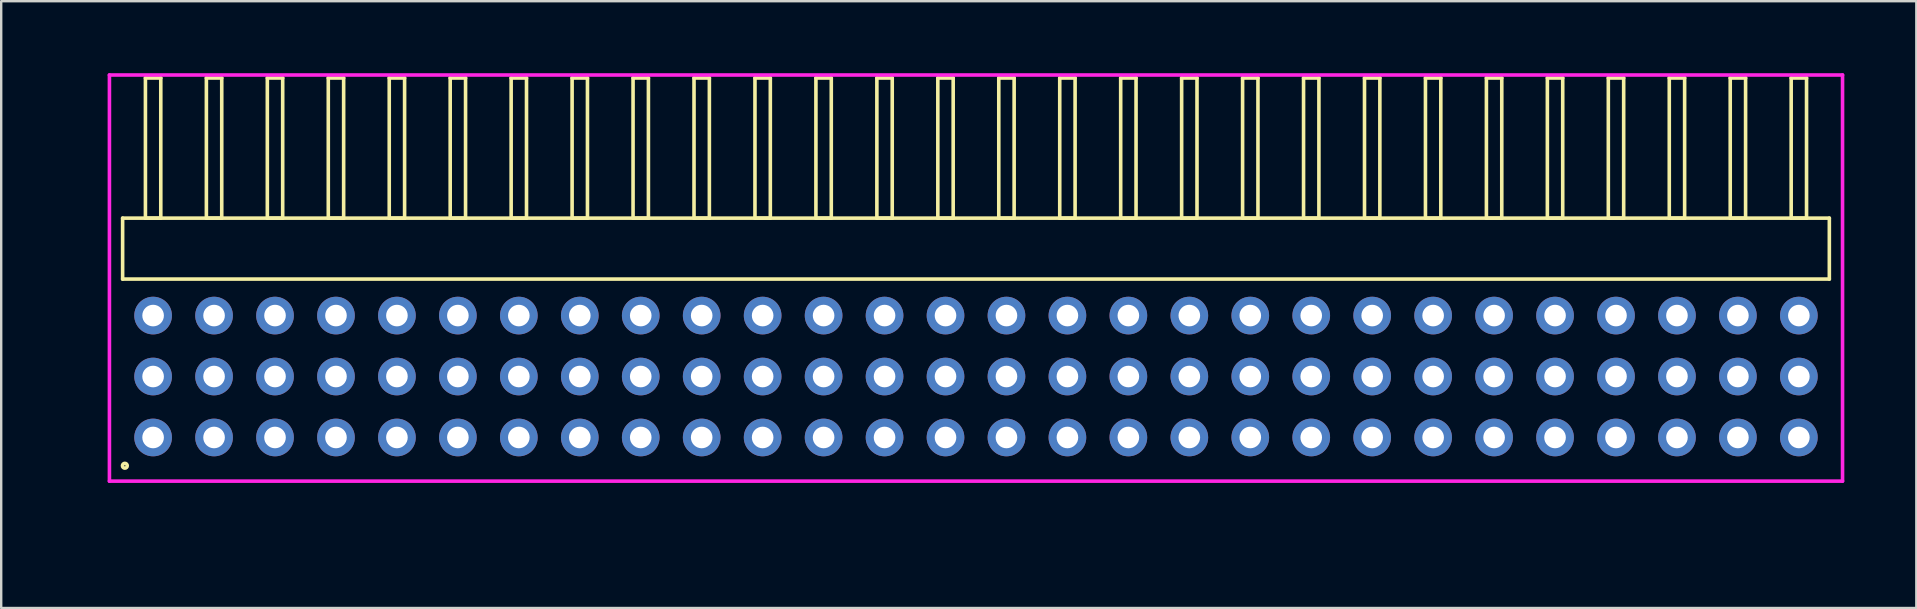
<source format=kicad_pcb>
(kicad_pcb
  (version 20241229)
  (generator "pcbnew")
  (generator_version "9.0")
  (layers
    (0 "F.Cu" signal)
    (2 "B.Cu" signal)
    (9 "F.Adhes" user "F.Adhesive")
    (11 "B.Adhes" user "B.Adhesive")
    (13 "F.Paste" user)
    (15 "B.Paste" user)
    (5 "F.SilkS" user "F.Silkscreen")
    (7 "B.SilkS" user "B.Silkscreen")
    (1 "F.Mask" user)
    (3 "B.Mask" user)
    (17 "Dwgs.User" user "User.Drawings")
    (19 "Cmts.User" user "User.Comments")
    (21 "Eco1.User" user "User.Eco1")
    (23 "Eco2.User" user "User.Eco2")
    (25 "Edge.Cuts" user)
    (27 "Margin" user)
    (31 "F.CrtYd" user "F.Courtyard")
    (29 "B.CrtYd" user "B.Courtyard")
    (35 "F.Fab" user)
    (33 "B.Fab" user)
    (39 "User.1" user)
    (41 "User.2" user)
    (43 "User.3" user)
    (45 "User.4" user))
  (footprint "HDR_RA254P28x3"
    (layer "F.Cu")
    (at 37.62 12.64)
    (property "Reference" "HDR_RA254P28x3" (at -36.86 0 90) (layer "User.1") (effects (font (size 1 1) (thickness 0.1))))
    (attr through_hole)
    (fp_line (start -35.56 -6.6) (end -35.56 -4.06) (stroke (width 0.15) (type solid)) (layer "F.SilkS"))
    (fp_line (start -35.56 -4.06) (end 35.56 -4.06) (stroke (width 0.15) (type solid)) (layer "F.SilkS"))
    (fp_line (start -34.61 -12.44) (end -34.61 -6.6) (stroke (width 0.15) (type solid)) (layer "F.SilkS"))
    (fp_line (start -34.61 -6.6) (end -33.97 -6.6) (stroke (width 0.15) (type solid)) (layer "F.SilkS"))
    (fp_line (start -33.97 -12.44) (end -34.61 -12.44) (stroke (width 0.15) (type solid)) (layer "F.SilkS"))
    (fp_line (start -33.97 -6.6) (end -33.97 -12.44) (stroke (width 0.15) (type solid)) (layer "F.SilkS"))
    (fp_line (start -32.07 -12.44) (end -32.07 -6.6) (stroke (width 0.15) (type solid)) (layer "F.SilkS"))
    (fp_line (start -32.07 -6.6) (end -31.43 -6.6) (stroke (width 0.15) (type solid)) (layer "F.SilkS"))
    (fp_line (start -31.43 -12.44) (end -32.07 -12.44) (stroke (width 0.15) (type solid)) (layer "F.SilkS"))
    (fp_line (start -31.43 -6.6) (end -31.43 -12.44) (stroke (width 0.15) (type solid)) (layer "F.SilkS"))
    (fp_line (start -29.53 -12.44) (end -29.53 -6.6) (stroke (width 0.15) (type solid)) (layer "F.SilkS"))
    (fp_line (start -29.53 -6.6) (end -28.89 -6.6) (stroke (width 0.15) (type solid)) (layer "F.SilkS"))
    (fp_line (start -28.89 -12.44) (end -29.53 -12.44) (stroke (width 0.15) (type solid)) (layer "F.SilkS"))
    (fp_line (start -28.89 -6.6) (end -28.89 -12.44) (stroke (width 0.15) (type solid)) (layer "F.SilkS"))
    (fp_line (start -26.99 -12.44) (end -26.99 -6.6) (stroke (width 0.15) (type solid)) (layer "F.SilkS"))
    (fp_line (start -26.99 -6.6) (end -26.35 -6.6) (stroke (width 0.15) (type solid)) (layer "F.SilkS"))
    (fp_line (start -26.35 -12.44) (end -26.99 -12.44) (stroke (width 0.15) (type solid)) (layer "F.SilkS"))
    (fp_line (start -26.35 -6.6) (end -26.35 -12.44) (stroke (width 0.15) (type solid)) (layer "F.SilkS"))
    (fp_line (start -24.45 -12.44) (end -24.45 -6.6) (stroke (width 0.15) (type solid)) (layer "F.SilkS"))
    (fp_line (start -24.45 -6.6) (end -23.81 -6.6) (stroke (width 0.15) (type solid)) (layer "F.SilkS"))
    (fp_line (start -23.81 -12.44) (end -24.45 -12.44) (stroke (width 0.15) (type solid)) (layer "F.SilkS"))
    (fp_line (start -23.81 -6.6) (end -23.81 -12.44) (stroke (width 0.15) (type solid)) (layer "F.SilkS"))
    (fp_line (start -21.91 -12.44) (end -21.91 -6.6) (stroke (width 0.15) (type solid)) (layer "F.SilkS"))
    (fp_line (start -21.91 -6.6) (end -21.27 -6.6) (stroke (width 0.15) (type solid)) (layer "F.SilkS"))
    (fp_line (start -21.27 -12.44) (end -21.91 -12.44) (stroke (width 0.15) (type solid)) (layer "F.SilkS"))
    (fp_line (start -21.27 -6.6) (end -21.27 -12.44) (stroke (width 0.15) (type solid)) (layer "F.SilkS"))
    (fp_line (start -19.37 -12.44) (end -19.37 -6.6) (stroke (width 0.15) (type solid)) (layer "F.SilkS"))
    (fp_line (start -19.37 -6.6) (end -18.73 -6.6) (stroke (width 0.15) (type solid)) (layer "F.SilkS"))
    (fp_line (start -18.73 -12.44) (end -19.37 -12.44) (stroke (width 0.15) (type solid)) (layer "F.SilkS"))
    (fp_line (start -18.73 -6.6) (end -18.73 -12.44) (stroke (width 0.15) (type solid)) (layer "F.SilkS"))
    (fp_line (start -16.83 -12.44) (end -16.83 -6.6) (stroke (width 0.15) (type solid)) (layer "F.SilkS"))
    (fp_line (start -16.83 -6.6) (end -16.19 -6.6) (stroke (width 0.15) (type solid)) (layer "F.SilkS"))
    (fp_line (start -16.19 -12.44) (end -16.83 -12.44) (stroke (width 0.15) (type solid)) (layer "F.SilkS"))
    (fp_line (start -16.19 -6.6) (end -16.19 -12.44) (stroke (width 0.15) (type solid)) (layer "F.SilkS"))
    (fp_line (start -14.29 -12.44) (end -14.29 -6.6) (stroke (width 0.15) (type solid)) (layer "F.SilkS"))
    (fp_line (start -14.29 -6.6) (end -13.65 -6.6) (stroke (width 0.15) (type solid)) (layer "F.SilkS"))
    (fp_line (start -13.65 -12.44) (end -14.29 -12.44) (stroke (width 0.15) (type solid)) (layer "F.SilkS"))
    (fp_line (start -13.65 -6.6) (end -13.65 -12.44) (stroke (width 0.15) (type solid)) (layer "F.SilkS"))
    (fp_line (start -11.75 -12.44) (end -11.75 -6.6) (stroke (width 0.15) (type solid)) (layer "F.SilkS"))
    (fp_line (start -11.75 -6.6) (end -11.11 -6.6) (stroke (width 0.15) (type solid)) (layer "F.SilkS"))
    (fp_line (start -11.11 -12.44) (end -11.75 -12.44) (stroke (width 0.15) (type solid)) (layer "F.SilkS"))
    (fp_line (start -11.11 -6.6) (end -11.11 -12.44) (stroke (width 0.15) (type solid)) (layer "F.SilkS"))
    (fp_line (start -9.21 -12.44) (end -9.21 -6.6) (stroke (width 0.15) (type solid)) (layer "F.SilkS"))
    (fp_line (start -9.21 -6.6) (end -8.57 -6.6) (stroke (width 0.15) (type solid)) (layer "F.SilkS"))
    (fp_line (start -8.57 -12.44) (end -9.21 -12.44) (stroke (width 0.15) (type solid)) (layer "F.SilkS"))
    (fp_line (start -8.57 -6.6) (end -8.57 -12.44) (stroke (width 0.15) (type solid)) (layer "F.SilkS"))
    (fp_line (start -6.67 -12.44) (end -6.67 -6.6) (stroke (width 0.15) (type solid)) (layer "F.SilkS"))
    (fp_line (start -6.67 -6.6) (end -6.03 -6.6) (stroke (width 0.15) (type solid)) (layer "F.SilkS"))
    (fp_line (start -6.03 -12.44) (end -6.67 -12.44) (stroke (width 0.15) (type solid)) (layer "F.SilkS"))
    (fp_line (start -6.03 -6.6) (end -6.03 -12.44) (stroke (width 0.15) (type solid)) (layer "F.SilkS"))
    (fp_line (start -4.13 -12.44) (end -4.13 -6.6) (stroke (width 0.15) (type solid)) (layer "F.SilkS"))
    (fp_line (start -4.13 -6.6) (end -3.49 -6.6) (stroke (width 0.15) (type solid)) (layer "F.SilkS"))
    (fp_line (start -3.49 -12.44) (end -4.13 -12.44) (stroke (width 0.15) (type solid)) (layer "F.SilkS"))
    (fp_line (start -3.49 -6.6) (end -3.49 -12.44) (stroke (width 0.15) (type solid)) (layer "F.SilkS"))
    (fp_line (start -1.59 -12.44) (end -1.59 -6.6) (stroke (width 0.15) (type solid)) (layer "F.SilkS"))
    (fp_line (start -1.59 -6.6) (end -0.95 -6.6) (stroke (width 0.15) (type solid)) (layer "F.SilkS"))
    (fp_line (start -0.95 -12.44) (end -1.59 -12.44) (stroke (width 0.15) (type solid)) (layer "F.SilkS"))
    (fp_line (start -0.95 -6.6) (end -0.95 -12.44) (stroke (width 0.15) (type solid)) (layer "F.SilkS"))
    (fp_line (start 0.95 -12.44) (end 0.95 -6.6) (stroke (width 0.15) (type solid)) (layer "F.SilkS"))
    (fp_line (start 0.95 -6.6) (end 1.59 -6.6) (stroke (width 0.15) (type solid)) (layer "F.SilkS"))
    (fp_line (start 1.59 -12.44) (end 0.95 -12.44) (stroke (width 0.15) (type solid)) (layer "F.SilkS"))
    (fp_line (start 1.59 -6.6) (end 1.59 -12.44) (stroke (width 0.15) (type solid)) (layer "F.SilkS"))
    (fp_line (start 3.49 -12.44) (end 3.49 -6.6) (stroke (width 0.15) (type solid)) (layer "F.SilkS"))
    (fp_line (start 3.49 -6.6) (end 4.13 -6.6) (stroke (width 0.15) (type solid)) (layer "F.SilkS"))
    (fp_line (start 4.13 -12.44) (end 3.49 -12.44) (stroke (width 0.15) (type solid)) (layer "F.SilkS"))
    (fp_line (start 4.13 -6.6) (end 4.13 -12.44) (stroke (width 0.15) (type solid)) (layer "F.SilkS"))
    (fp_line (start 6.03 -12.44) (end 6.03 -6.6) (stroke (width 0.15) (type solid)) (layer "F.SilkS"))
    (fp_line (start 6.03 -6.6) (end 6.67 -6.6) (stroke (width 0.15) (type solid)) (layer "F.SilkS"))
    (fp_line (start 6.67 -12.44) (end 6.03 -12.44) (stroke (width 0.15) (type solid)) (layer "F.SilkS"))
    (fp_line (start 6.67 -6.6) (end 6.67 -12.44) (stroke (width 0.15) (type solid)) (layer "F.SilkS"))
    (fp_line (start 8.57 -12.44) (end 8.57 -6.6) (stroke (width 0.15) (type solid)) (layer "F.SilkS"))
    (fp_line (start 8.57 -6.6) (end 9.21 -6.6) (stroke (width 0.15) (type solid)) (layer "F.SilkS"))
    (fp_line (start 9.21 -12.44) (end 8.57 -12.44) (stroke (width 0.15) (type solid)) (layer "F.SilkS"))
    (fp_line (start 9.21 -6.6) (end 9.21 -12.44) (stroke (width 0.15) (type solid)) (layer "F.SilkS"))
    (fp_line (start 11.11 -12.44) (end 11.11 -6.6) (stroke (width 0.15) (type solid)) (layer "F.SilkS"))
    (fp_line (start 11.11 -6.6) (end 11.75 -6.6) (stroke (width 0.15) (type solid)) (layer "F.SilkS"))
    (fp_line (start 11.75 -12.44) (end 11.11 -12.44) (stroke (width 0.15) (type solid)) (layer "F.SilkS"))
    (fp_line (start 11.75 -6.6) (end 11.75 -12.44) (stroke (width 0.15) (type solid)) (layer "F.SilkS"))
    (fp_line (start 13.65 -12.44) (end 13.65 -6.6) (stroke (width 0.15) (type solid)) (layer "F.SilkS"))
    (fp_line (start 13.65 -6.6) (end 14.29 -6.6) (stroke (width 0.15) (type solid)) (layer "F.SilkS"))
    (fp_line (start 14.29 -12.44) (end 13.65 -12.44) (stroke (width 0.15) (type solid)) (layer "F.SilkS"))
    (fp_line (start 14.29 -6.6) (end 14.29 -12.44) (stroke (width 0.15) (type solid)) (layer "F.SilkS"))
    (fp_line (start 16.19 -12.44) (end 16.19 -6.6) (stroke (width 0.15) (type solid)) (layer "F.SilkS"))
    (fp_line (start 16.19 -6.6) (end 16.83 -6.6) (stroke (width 0.15) (type solid)) (layer "F.SilkS"))
    (fp_line (start 16.83 -12.44) (end 16.19 -12.44) (stroke (width 0.15) (type solid)) (layer "F.SilkS"))
    (fp_line (start 16.83 -6.6) (end 16.83 -12.44) (stroke (width 0.15) (type solid)) (layer "F.SilkS"))
    (fp_line (start 18.73 -12.44) (end 18.73 -6.6) (stroke (width 0.15) (type solid)) (layer "F.SilkS"))
    (fp_line (start 18.73 -6.6) (end 19.37 -6.6) (stroke (width 0.15) (type solid)) (layer "F.SilkS"))
    (fp_line (start 19.37 -12.44) (end 18.73 -12.44) (stroke (width 0.15) (type solid)) (layer "F.SilkS"))
    (fp_line (start 19.37 -6.6) (end 19.37 -12.44) (stroke (width 0.15) (type solid)) (layer "F.SilkS"))
    (fp_line (start 21.27 -12.44) (end 21.27 -6.6) (stroke (width 0.15) (type solid)) (layer "F.SilkS"))
    (fp_line (start 21.27 -6.6) (end 21.91 -6.6) (stroke (width 0.15) (type solid)) (layer "F.SilkS"))
    (fp_line (start 21.91 -12.44) (end 21.27 -12.44) (stroke (width 0.15) (type solid)) (layer "F.SilkS"))
    (fp_line (start 21.91 -6.6) (end 21.91 -12.44) (stroke (width 0.15) (type solid)) (layer "F.SilkS"))
    (fp_line (start 23.81 -12.44) (end 23.81 -6.6) (stroke (width 0.15) (type solid)) (layer "F.SilkS"))
    (fp_line (start 23.81 -6.6) (end 24.45 -6.6) (stroke (width 0.15) (type solid)) (layer "F.SilkS"))
    (fp_line (start 24.45 -12.44) (end 23.81 -12.44) (stroke (width 0.15) (type solid)) (layer "F.SilkS"))
    (fp_line (start 24.45 -6.6) (end 24.45 -12.44) (stroke (width 0.15) (type solid)) (layer "F.SilkS"))
    (fp_line (start 26.35 -12.44) (end 26.35 -6.6) (stroke (width 0.15) (type solid)) (layer "F.SilkS"))
    (fp_line (start 26.35 -6.6) (end 26.99 -6.6) (stroke (width 0.15) (type solid)) (layer "F.SilkS"))
    (fp_line (start 26.99 -12.44) (end 26.35 -12.44) (stroke (width 0.15) (type solid)) (layer "F.SilkS"))
    (fp_line (start 26.99 -6.6) (end 26.99 -12.44) (stroke (width 0.15) (type solid)) (layer "F.SilkS"))
    (fp_line (start 28.89 -12.44) (end 28.89 -6.6) (stroke (width 0.15) (type solid)) (layer "F.SilkS"))
    (fp_line (start 28.89 -6.6) (end 29.53 -6.6) (stroke (width 0.15) (type solid)) (layer "F.SilkS"))
    (fp_line (start 29.53 -12.44) (end 28.89 -12.44) (stroke (width 0.15) (type solid)) (layer "F.SilkS"))
    (fp_line (start 29.53 -6.6) (end 29.53 -12.44) (stroke (width 0.15) (type solid)) (layer "F.SilkS"))
    (fp_line (start 31.43 -12.44) (end 31.43 -6.6) (stroke (width 0.15) (type solid)) (layer "F.SilkS"))
    (fp_line (start 31.43 -6.6) (end 32.07 -6.6) (stroke (width 0.15) (type solid)) (layer "F.SilkS"))
    (fp_line (start 32.07 -12.44) (end 31.43 -12.44) (stroke (width 0.15) (type solid)) (layer "F.SilkS"))
    (fp_line (start 32.07 -6.6) (end 32.07 -12.44) (stroke (width 0.15) (type solid)) (layer "F.SilkS"))
    (fp_line (start 33.97 -12.44) (end 33.97 -6.6) (stroke (width 0.15) (type solid)) (layer "F.SilkS"))
    (fp_line (start 33.97 -6.6) (end 34.61 -6.6) (stroke (width 0.15) (type solid)) (layer "F.SilkS"))
    (fp_line (start 34.61 -12.44) (end 33.97 -12.44) (stroke (width 0.15) (type solid)) (layer "F.SilkS"))
    (fp_line (start 34.61 -6.6) (end 34.61 -12.44) (stroke (width 0.15) (type solid)) (layer "F.SilkS"))
    (fp_line (start 35.56 -6.6) (end -35.56 -6.6) (stroke (width 0.15) (type solid)) (layer "F.SilkS"))
    (fp_line (start 35.56 -4.06) (end 35.56 -6.6) (stroke (width 0.15) (type solid)) (layer "F.SilkS"))
    (fp_circle (center -35.467 3.718) (end -35.367 3.718) (stroke (width 0.15) (type solid)) (fill no) (layer "F.SilkS"))
    (fp_line (start -36.11 -12.565) (end -36.11 4.36) (stroke (width 0.15) (type solid)) (layer "F.CrtYd"))
    (fp_line (start -36.11 4.36) (end 36.11 4.36) (stroke (width 0.15) (type solid)) (layer "F.CrtYd"))
    (fp_line (start 36.11 -12.565) (end -36.11 -12.565) (stroke (width 0.15) (type solid)) (layer "F.CrtYd"))
    (fp_line (start 36.11 4.36) (end 36.11 -12.565) (stroke (width 0.15) (type solid)) (layer "F.CrtYd"))
    (pad "1" thru_hole oval (at -34.29 2.54) (size 1.57 1.57) (drill 0.9) (layers "*.Cu" "*.Mask"))
    (pad "2" thru_hole oval (at -34.29 0) (size 1.57 1.57) (drill 0.9) (layers "*.Cu" "*.Mask"))
    (pad "3" thru_hole oval (at -34.29 -2.54) (size 1.57 1.57) (drill 0.9) (layers "*.Cu" "*.Mask"))
    (pad "4" thru_hole oval (at -31.75 2.54) (size 1.57 1.57) (drill 0.9) (layers "*.Cu" "*.Mask"))
    (pad "5" thru_hole oval (at -31.75 0) (size 1.57 1.57) (drill 0.9) (layers "*.Cu" "*.Mask"))
    (pad "6" thru_hole oval (at -31.75 -2.54) (size 1.57 1.57) (drill 0.9) (layers "*.Cu" "*.Mask"))
    (pad "7" thru_hole oval (at -29.21 2.54) (size 1.57 1.57) (drill 0.9) (layers "*.Cu" "*.Mask"))
    (pad "8" thru_hole oval (at -29.21 0) (size 1.57 1.57) (drill 0.9) (layers "*.Cu" "*.Mask"))
    (pad "9" thru_hole oval (at -29.21 -2.54) (size 1.57 1.57) (drill 0.9) (layers "*.Cu" "*.Mask"))
    (pad "10" thru_hole oval (at -26.67 2.54) (size 1.57 1.57) (drill 0.9) (layers "*.Cu" "*.Mask"))
    (pad "11" thru_hole oval (at -26.67 0) (size 1.57 1.57) (drill 0.9) (layers "*.Cu" "*.Mask"))
    (pad "12" thru_hole oval (at -26.67 -2.54) (size 1.57 1.57) (drill 0.9) (layers "*.Cu" "*.Mask"))
    (pad "13" thru_hole oval (at -24.13 2.54) (size 1.57 1.57) (drill 0.9) (layers "*.Cu" "*.Mask"))
    (pad "14" thru_hole oval (at -24.13 0) (size 1.57 1.57) (drill 0.9) (layers "*.Cu" "*.Mask"))
    (pad "15" thru_hole oval (at -24.13 -2.54) (size 1.57 1.57) (drill 0.9) (layers "*.Cu" "*.Mask"))
    (pad "16" thru_hole oval (at -21.59 2.54) (size 1.57 1.57) (drill 0.9) (layers "*.Cu" "*.Mask"))
    (pad "17" thru_hole oval (at -21.59 0) (size 1.57 1.57) (drill 0.9) (layers "*.Cu" "*.Mask"))
    (pad "18" thru_hole oval (at -21.59 -2.54) (size 1.57 1.57) (drill 0.9) (layers "*.Cu" "*.Mask"))
    (pad "19" thru_hole oval (at -19.05 2.54) (size 1.57 1.57) (drill 0.9) (layers "*.Cu" "*.Mask"))
    (pad "20" thru_hole oval (at -19.05 0) (size 1.57 1.57) (drill 0.9) (layers "*.Cu" "*.Mask"))
    (pad "21" thru_hole oval (at -19.05 -2.54) (size 1.57 1.57) (drill 0.9) (layers "*.Cu" "*.Mask"))
    (pad "22" thru_hole oval (at -16.51 2.54) (size 1.57 1.57) (drill 0.9) (layers "*.Cu" "*.Mask"))
    (pad "23" thru_hole oval (at -16.51 0) (size 1.57 1.57) (drill 0.9) (layers "*.Cu" "*.Mask"))
    (pad "24" thru_hole oval (at -16.51 -2.54) (size 1.57 1.57) (drill 0.9) (layers "*.Cu" "*.Mask"))
    (pad "25" thru_hole oval (at -13.97 2.54) (size 1.57 1.57) (drill 0.9) (layers "*.Cu" "*.Mask"))
    (pad "26" thru_hole oval (at -13.97 0) (size 1.57 1.57) (drill 0.9) (layers "*.Cu" "*.Mask"))
    (pad "27" thru_hole oval (at -13.97 -2.54) (size 1.57 1.57) (drill 0.9) (layers "*.Cu" "*.Mask"))
    (pad "28" thru_hole oval (at -11.43 2.54) (size 1.57 1.57) (drill 0.9) (layers "*.Cu" "*.Mask"))
    (pad "29" thru_hole oval (at -11.43 0) (size 1.57 1.57) (drill 0.9) (layers "*.Cu" "*.Mask"))
    (pad "30" thru_hole oval (at -11.43 -2.54) (size 1.57 1.57) (drill 0.9) (layers "*.Cu" "*.Mask"))
    (pad "31" thru_hole oval (at -8.89 2.54) (size 1.57 1.57) (drill 0.9) (layers "*.Cu" "*.Mask"))
    (pad "32" thru_hole oval (at -8.89 0) (size 1.57 1.57) (drill 0.9) (layers "*.Cu" "*.Mask"))
    (pad "33" thru_hole oval (at -8.89 -2.54) (size 1.57 1.57) (drill 0.9) (layers "*.Cu" "*.Mask"))
    (pad "34" thru_hole oval (at -6.35 2.54) (size 1.57 1.57) (drill 0.9) (layers "*.Cu" "*.Mask"))
    (pad "35" thru_hole oval (at -6.35 0) (size 1.57 1.57) (drill 0.9) (layers "*.Cu" "*.Mask"))
    (pad "36" thru_hole oval (at -6.35 -2.54) (size 1.57 1.57) (drill 0.9) (layers "*.Cu" "*.Mask"))
    (pad "37" thru_hole oval (at -3.81 2.54) (size 1.57 1.57) (drill 0.9) (layers "*.Cu" "*.Mask"))
    (pad "38" thru_hole oval (at -3.81 0) (size 1.57 1.57) (drill 0.9) (layers "*.Cu" "*.Mask"))
    (pad "39" thru_hole oval (at -3.81 -2.54) (size 1.57 1.57) (drill 0.9) (layers "*.Cu" "*.Mask"))
    (pad "40" thru_hole oval (at -1.27 2.54) (size 1.57 1.57) (drill 0.9) (layers "*.Cu" "*.Mask"))
    (pad "41" thru_hole oval (at -1.27 0) (size 1.57 1.57) (drill 0.9) (layers "*.Cu" "*.Mask"))
    (pad "42" thru_hole oval (at -1.27 -2.54) (size 1.57 1.57) (drill 0.9) (layers "*.Cu" "*.Mask"))
    (pad "43" thru_hole oval (at 1.27 2.54) (size 1.57 1.57) (drill 0.9) (layers "*.Cu" "*.Mask"))
    (pad "44" thru_hole oval (at 1.27 0) (size 1.57 1.57) (drill 0.9) (layers "*.Cu" "*.Mask"))
    (pad "45" thru_hole oval (at 1.27 -2.54) (size 1.57 1.57) (drill 0.9) (layers "*.Cu" "*.Mask"))
    (pad "46" thru_hole oval (at 3.81 2.54) (size 1.57 1.57) (drill 0.9) (layers "*.Cu" "*.Mask"))
    (pad "47" thru_hole oval (at 3.81 0) (size 1.57 1.57) (drill 0.9) (layers "*.Cu" "*.Mask"))
    (pad "48" thru_hole oval (at 3.81 -2.54) (size 1.57 1.57) (drill 0.9) (layers "*.Cu" "*.Mask"))
    (pad "49" thru_hole oval (at 6.35 2.54) (size 1.57 1.57) (drill 0.9) (layers "*.Cu" "*.Mask"))
    (pad "50" thru_hole oval (at 6.35 0) (size 1.57 1.57) (drill 0.9) (layers "*.Cu" "*.Mask"))
    (pad "51" thru_hole oval (at 6.35 -2.54) (size 1.57 1.57) (drill 0.9) (layers "*.Cu" "*.Mask"))
    (pad "52" thru_hole oval (at 8.89 2.54) (size 1.57 1.57) (drill 0.9) (layers "*.Cu" "*.Mask"))
    (pad "53" thru_hole oval (at 8.89 0) (size 1.57 1.57) (drill 0.9) (layers "*.Cu" "*.Mask"))
    (pad "54" thru_hole oval (at 8.89 -2.54) (size 1.57 1.57) (drill 0.9) (layers "*.Cu" "*.Mask"))
    (pad "55" thru_hole oval (at 11.43 2.54) (size 1.57 1.57) (drill 0.9) (layers "*.Cu" "*.Mask"))
    (pad "56" thru_hole oval (at 11.43 0) (size 1.57 1.57) (drill 0.9) (layers "*.Cu" "*.Mask"))
    (pad "57" thru_hole oval (at 11.43 -2.54) (size 1.57 1.57) (drill 0.9) (layers "*.Cu" "*.Mask"))
    (pad "58" thru_hole oval (at 13.97 2.54) (size 1.57 1.57) (drill 0.9) (layers "*.Cu" "*.Mask"))
    (pad "59" thru_hole oval (at 13.97 0) (size 1.57 1.57) (drill 0.9) (layers "*.Cu" "*.Mask"))
    (pad "60" thru_hole oval (at 13.97 -2.54) (size 1.57 1.57) (drill 0.9) (layers "*.Cu" "*.Mask"))
    (pad "61" thru_hole oval (at 16.51 2.54) (size 1.57 1.57) (drill 0.9) (layers "*.Cu" "*.Mask"))
    (pad "62" thru_hole oval (at 16.51 0) (size 1.57 1.57) (drill 0.9) (layers "*.Cu" "*.Mask"))
    (pad "63" thru_hole oval (at 16.51 -2.54) (size 1.57 1.57) (drill 0.9) (layers "*.Cu" "*.Mask"))
    (pad "64" thru_hole oval (at 19.05 2.54) (size 1.57 1.57) (drill 0.9) (layers "*.Cu" "*.Mask"))
    (pad "65" thru_hole oval (at 19.05 0) (size 1.57 1.57) (drill 0.9) (layers "*.Cu" "*.Mask"))
    (pad "66" thru_hole oval (at 19.05 -2.54) (size 1.57 1.57) (drill 0.9) (layers "*.Cu" "*.Mask"))
    (pad "67" thru_hole oval (at 21.59 2.54) (size 1.57 1.57) (drill 0.9) (layers "*.Cu" "*.Mask"))
    (pad "68" thru_hole oval (at 21.59 0) (size 1.57 1.57) (drill 0.9) (layers "*.Cu" "*.Mask"))
    (pad "69" thru_hole oval (at 21.59 -2.54) (size 1.57 1.57) (drill 0.9) (layers "*.Cu" "*.Mask"))
    (pad "70" thru_hole oval (at 24.13 2.54) (size 1.57 1.57) (drill 0.9) (layers "*.Cu" "*.Mask"))
    (pad "71" thru_hole oval (at 24.13 0) (size 1.57 1.57) (drill 0.9) (layers "*.Cu" "*.Mask"))
    (pad "72" thru_hole oval (at 24.13 -2.54) (size 1.57 1.57) (drill 0.9) (layers "*.Cu" "*.Mask"))
    (pad "73" thru_hole oval (at 26.67 2.54) (size 1.57 1.57) (drill 0.9) (layers "*.Cu" "*.Mask"))
    (pad "74" thru_hole oval (at 26.67 0) (size 1.57 1.57) (drill 0.9) (layers "*.Cu" "*.Mask"))
    (pad "75" thru_hole oval (at 26.67 -2.54) (size 1.57 1.57) (drill 0.9) (layers "*.Cu" "*.Mask"))
    (pad "76" thru_hole oval (at 29.21 2.54) (size 1.57 1.57) (drill 0.9) (layers "*.Cu" "*.Mask"))
    (pad "77" thru_hole oval (at 29.21 0) (size 1.57 1.57) (drill 0.9) (layers "*.Cu" "*.Mask"))
    (pad "78" thru_hole oval (at 29.21 -2.54) (size 1.57 1.57) (drill 0.9) (layers "*.Cu" "*.Mask"))
    (pad "79" thru_hole oval (at 31.75 2.54) (size 1.57 1.57) (drill 0.9) (layers "*.Cu" "*.Mask"))
    (pad "80" thru_hole oval (at 31.75 0) (size 1.57 1.57) (drill 0.9) (layers "*.Cu" "*.Mask"))
    (pad "81" thru_hole oval (at 31.75 -2.54) (size 1.57 1.57) (drill 0.9) (layers "*.Cu" "*.Mask"))
    (pad "82" thru_hole oval (at 34.29 2.54) (size 1.57 1.57) (drill 0.9) (layers "*.Cu" "*.Mask"))
    (pad "83" thru_hole oval (at 34.29 0) (size 1.57 1.57) (drill 0.9) (layers "*.Cu" "*.Mask"))
    (pad "84" thru_hole oval (at 34.29 -2.54) (size 1.57 1.57) (drill 0.9) (layers "*.Cu" "*.Mask")))
  (gr_rect
    (start -3 -3)
    (end 76.805 22.285)
    (stroke (width 0.1) (type default))
    (fill no)
    (layer "Edge.Cuts")))
</source>
